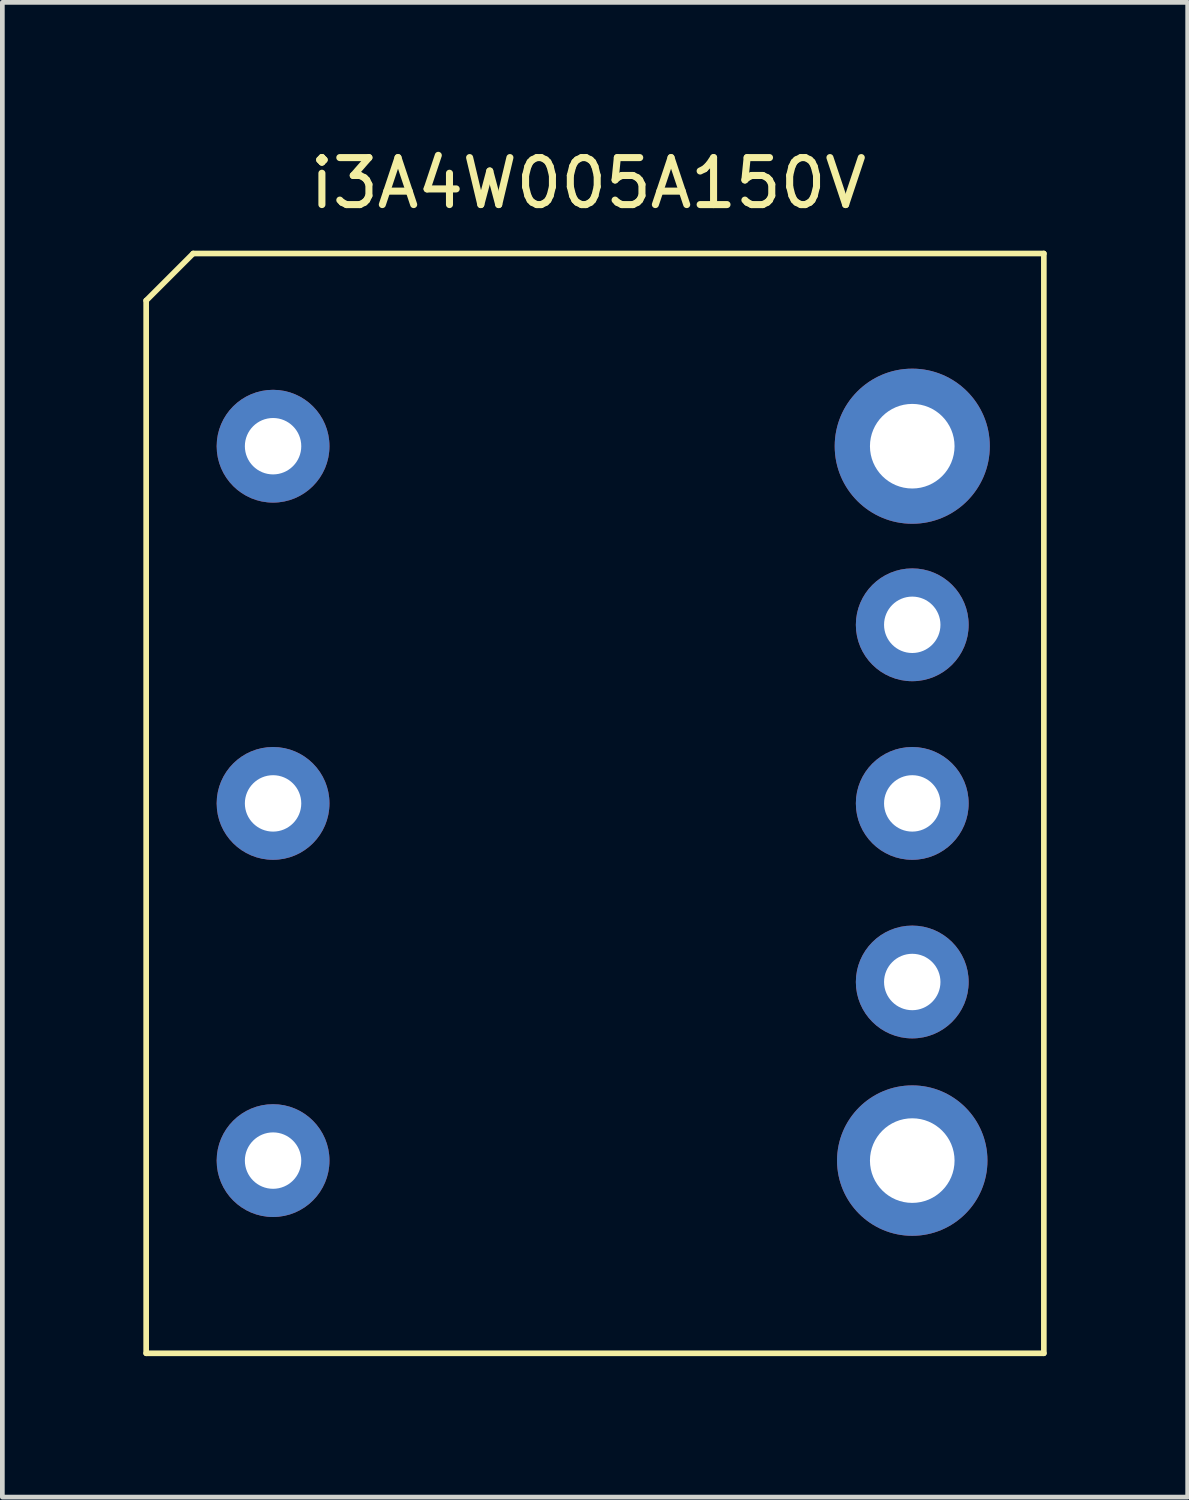
<source format=kicad_pcb>
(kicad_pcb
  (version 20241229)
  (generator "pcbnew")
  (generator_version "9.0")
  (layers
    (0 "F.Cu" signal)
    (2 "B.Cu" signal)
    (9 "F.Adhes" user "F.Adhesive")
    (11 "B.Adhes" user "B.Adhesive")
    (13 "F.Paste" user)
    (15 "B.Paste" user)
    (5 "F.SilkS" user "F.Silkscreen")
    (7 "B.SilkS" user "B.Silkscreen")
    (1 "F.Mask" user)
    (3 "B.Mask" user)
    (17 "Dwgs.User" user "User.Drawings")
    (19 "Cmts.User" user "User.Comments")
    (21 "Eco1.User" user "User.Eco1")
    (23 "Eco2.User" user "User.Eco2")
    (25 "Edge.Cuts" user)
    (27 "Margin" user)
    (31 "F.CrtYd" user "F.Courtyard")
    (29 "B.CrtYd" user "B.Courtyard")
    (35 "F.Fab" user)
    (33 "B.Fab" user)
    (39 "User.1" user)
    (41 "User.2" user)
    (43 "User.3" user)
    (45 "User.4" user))
  (footprint "i3A4W005A150V"
    (layer "F.Cu")
    (at 2.76 6.444)
    (property "Reference" "i3A4W005A150V" (at 6.706 -5.596 0) (layer "F.SilkS") (effects (font (size 1 1) (thickness 0.15))))
    (attr through_hole)
    (fp_line (start -2.7 -3.1) (end -2.7 19.3) (stroke (width 0.12) (type solid)) (layer "F.SilkS"))
    (fp_line (start -2.7 -3.1) (end -1.7 -4.1) (stroke (width 0.12) (type solid)) (layer "F.SilkS"))
    (fp_line (start -2.7 19.3) (end 16.4 19.3) (stroke (width 0.12) (type solid)) (layer "F.SilkS"))
    (fp_line (start -1.7 -4.1) (end 16.4 -4.1) (stroke (width 0.12) (type solid)) (layer "F.SilkS"))
    (fp_line (start 16.4 -4.1) (end 16.4 19.3) (stroke (width 0.12) (type solid)) (layer "F.SilkS"))
    (pad "1" thru_hole circle (at 0 0) (size 2.4 2.4) (drill 1.2) (layers "*.Cu" "*.Mask"))
    (pad "2" thru_hole circle (at 0 7.6) (size 2.4 2.4) (drill 1.2) (layers "*.Cu" "*.Mask"))
    (pad "3" thru_hole circle (at 0 15.2) (size 2.4 2.4) (drill 1.2) (layers "*.Cu" "*.Mask"))
    (pad "4" thru_hole circle (at 13.6 15.2) (size 3.2 3.2) (drill 1.8) (layers "*.Cu" "*.Mask"))
    (pad "5" thru_hole circle (at 13.6 11.4) (size 2.4 2.4) (drill 1.2) (layers "*.Cu" "*.Mask"))
    (pad "6" thru_hole circle (at 13.6 7.6) (size 2.4 2.4) (drill 1.2) (layers "*.Cu" "*.Mask"))
    (pad "7" thru_hole circle (at 13.6 3.8) (size 2.4 2.4) (drill 1.2) (layers "*.Cu" "*.Mask"))
    (pad "8" thru_hole circle (at 13.6 0) (size 3.3 3.3) (drill 1.8) (layers "*.Cu" "*.Mask")))
  (gr_rect
    (start -3 -3)
    (end 22.22 28.804)
    (stroke (width 0.1) (type default))
    (fill no)
    (layer "Edge.Cuts")))
</source>
